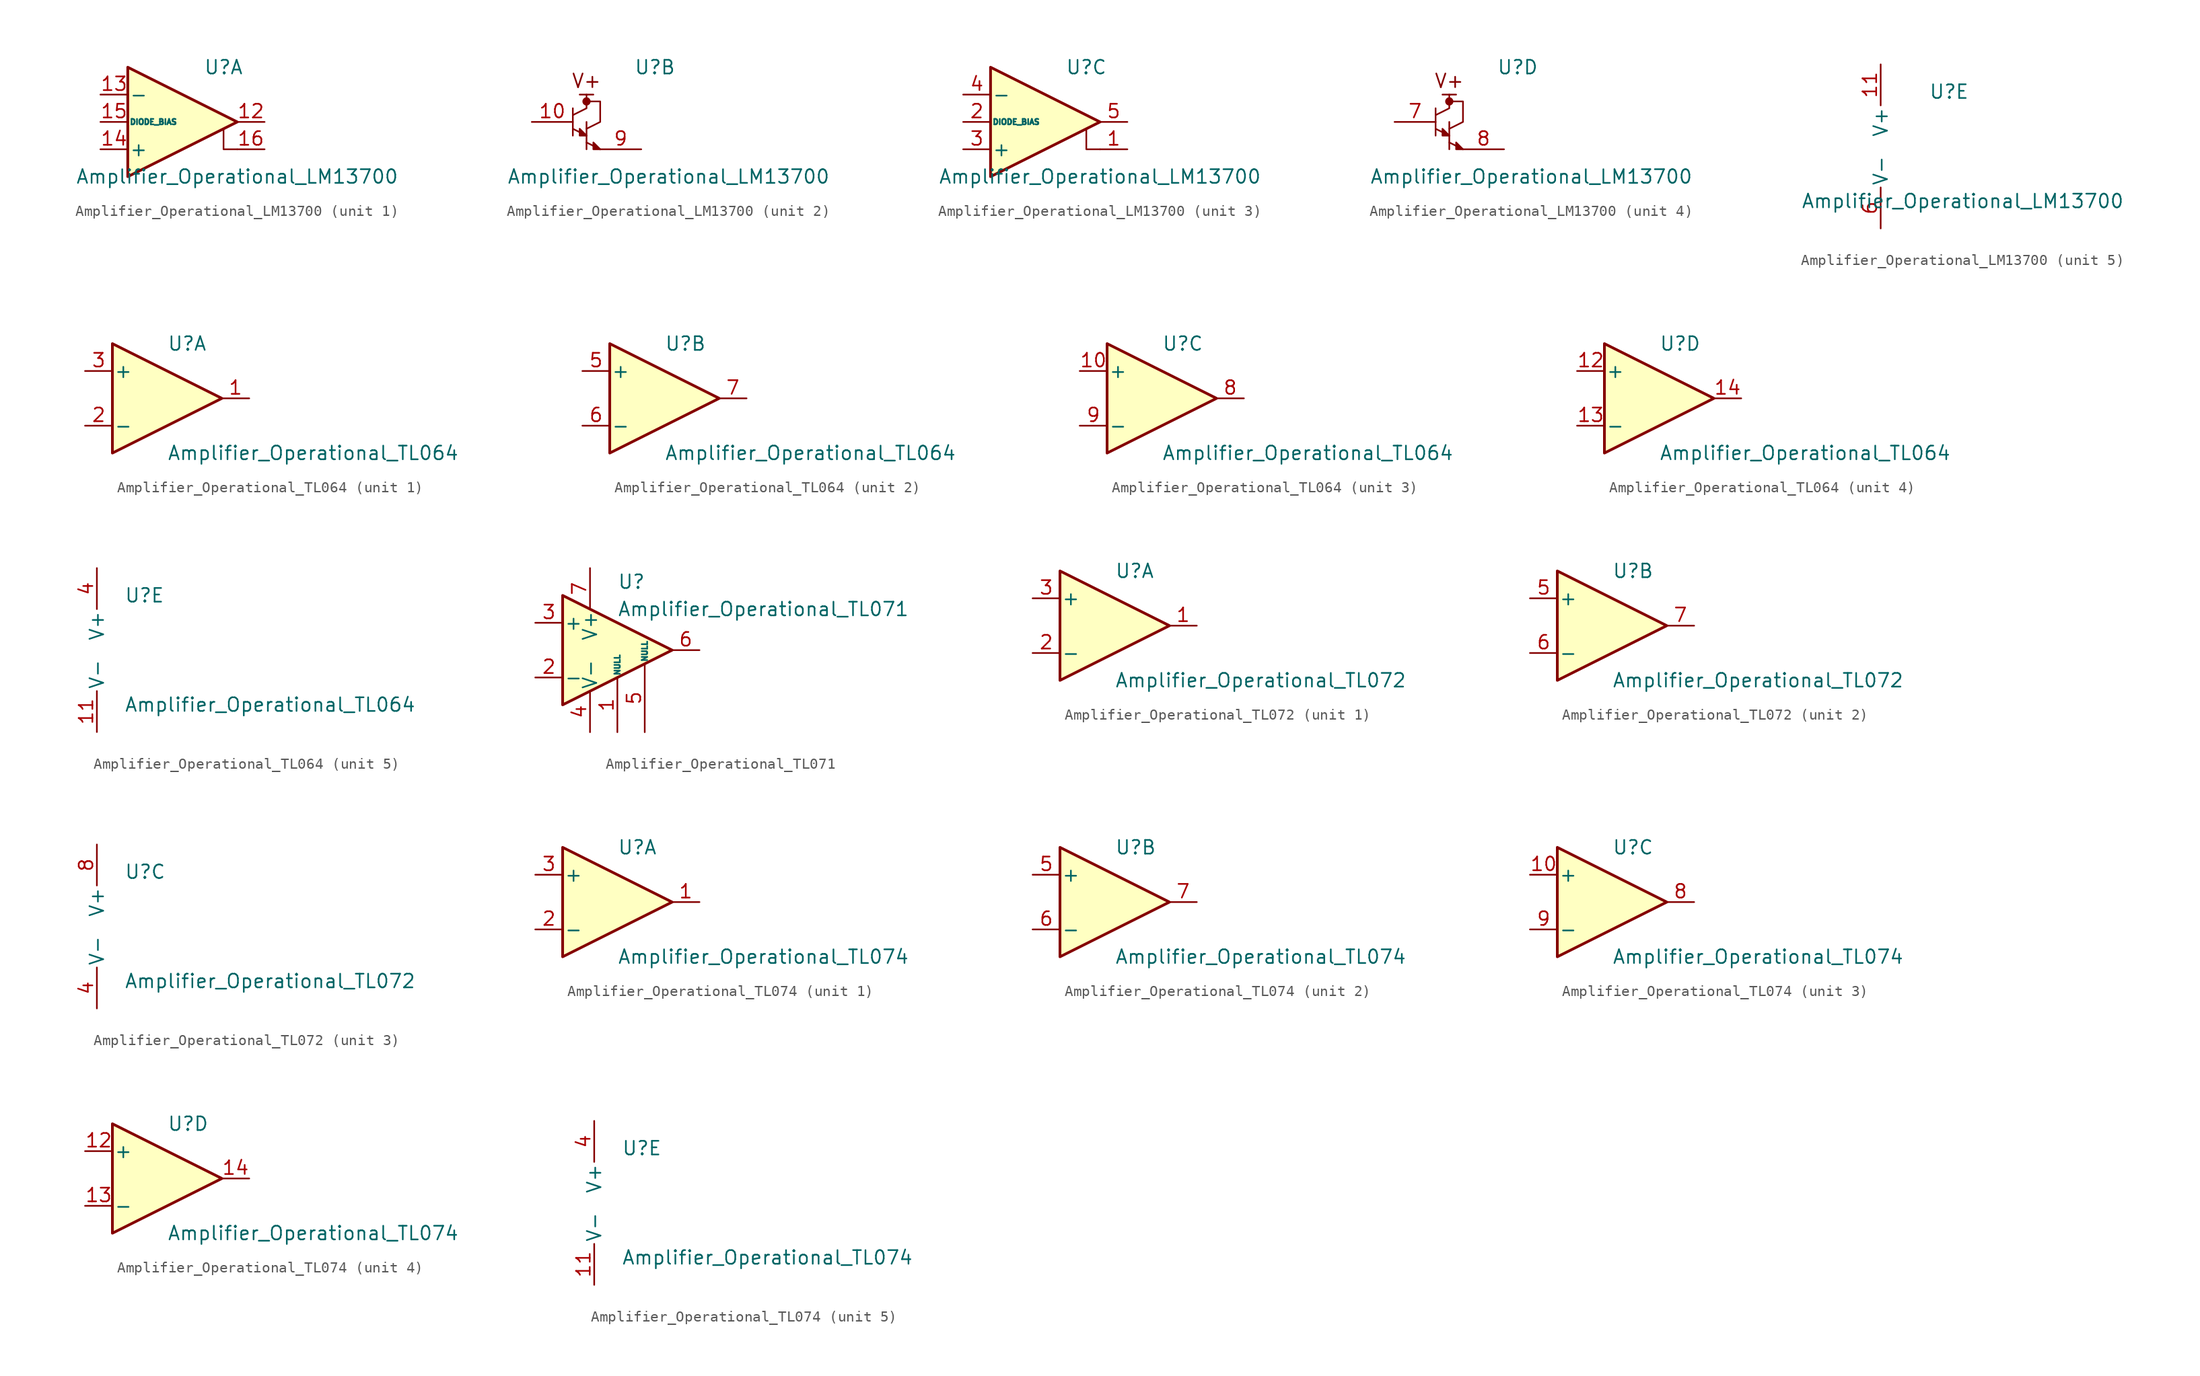
<source format=kicad_sym>
(kicad_symbol_lib
  (version 20220914)
  (generator kicad_symbol_editor)
  (symbol "Amplifier_Operational_LM13700"
    (pin_names
      (offset 0.127))
    (property "Reference" "U"
      (at 3.81 5.08 0)
      (effects (font (size 1.27 1.27))))
    (property "Value" "Amplifier_Operational_LM13700"
      (at 5.08 -5.08 0)
      (effects (font (size 1.27 1.27))))
    (property "ki_locked" ""
      (at 0 0 0)
      (effects (font (size 1.27 1.27))))
    (symbol "Amplifier_Operational_LM13700_1_1"
      (polyline (pts (xy 3.81 -0.635) (xy 3.81 -2.54) (xy 5.08 -2.54)) (stroke (width 0) (type solid)) (fill (type none)))
      (polyline (pts (xy 5.08 0) (xy -5.08 -5.08) (xy -5.08 5.08) (xy 5.08 0)) (stroke (width 0.254) (type solid)) (fill (type background)))
      (pin output line (at 7.62 0 180) (length 2.54) (name "~" (effects (font (size 1.27 1.27)))) (number "12" (effects (font (size 1.27 1.27)))))
      (pin input line (at -7.62 2.54 0) (length 2.54) (name "-" (effects (font (size 1.27 1.27)))) (number "13" (effects (font (size 1.27 1.27)))))
      (pin input line (at -7.62 -2.54 0) (length 2.54) (name "+" (effects (font (size 1.27 1.27)))) (number "14" (effects (font (size 1.27 1.27)))))
      (pin input line (at -7.62 0 0) (length 2.54) (name "DIODE_BIAS" (effects (font (size 0.508 0.508)))) (number "15" (effects (font (size 1.27 1.27)))))
      (pin input line (at 7.62 -2.54 180) (length 2.54) (name "~" (effects (font (size 1.27 1.27)))) (number "16" (effects (font (size 1.27 1.27))))))
    (symbol "Amplifier_Operational_LM13700_2_0"
      (polyline (pts (xy -1.905 2.54) (xy -3.175 2.54)) (stroke (width 0) (type solid)) (fill (type none))))
    (symbol "Amplifier_Operational_LM13700_2_1"
      (circle (center -2.54 1.905) (radius 0.254) (stroke (width 0.254) (type solid)) (fill (type outline)))
      (polyline (pts (xy -3.81 -0.635) (xy -2.54 -1.27)) (stroke (width 0) (type solid)) (fill (type none)))
      (polyline (pts (xy -3.81 1.27) (xy -3.81 -1.27)) (stroke (width 0) (type solid)) (fill (type none)))
      (polyline (pts (xy -2.54 -1.905) (xy -1.27 -2.54)) (stroke (width 0) (type solid)) (fill (type none)))
      (polyline (pts (xy -2.54 0) (xy -2.54 -2.54)) (stroke (width 0) (type solid)) (fill (type none)))
      (polyline (pts (xy -3.81 0.635) (xy -2.54 1.27) (xy -2.54 1.905) (xy -2.54 2.54)) (stroke (width 0) (type solid)) (fill (type none)))
      (polyline (pts (xy -2.54 -1.27) (xy -3.175 -0.635) (xy -3.175 -1.27) (xy -2.54 -1.27)) (stroke (width 0) (type solid)) (fill (type outline)))
      (polyline (pts (xy -2.54 -0.635) (xy -1.27 0) (xy -1.27 1.905) (xy -2.54 1.905)) (stroke (width 0) (type solid)) (fill (type none)))
      (polyline (pts (xy -1.27 -2.54) (xy -1.905 -1.905) (xy -1.905 -2.54) (xy -1.27 -2.54)) (stroke (width 0) (type solid)) (fill (type outline)))
      (text "V+" (at -2.54 3.81 0) (effects (font (size 1.27 1.27))))
      (pin input line (at -7.62 0 0) (length 3.81) (name "~" (effects (font (size 1.27 1.27)))) (number "10" (effects (font (size 1.27 1.27)))))
      (pin output line (at 2.54 -2.54 180) (length 3.81) (name "~" (effects (font (size 1.27 1.27)))) (number "9" (effects (font (size 1.27 1.27))))))
    (symbol "Amplifier_Operational_LM13700_3_1"
      (polyline (pts (xy 3.81 -0.635) (xy 3.81 -2.54) (xy 5.08 -2.54)) (stroke (width 0) (type solid)) (fill (type none)))
      (polyline (pts (xy 5.08 0) (xy -5.08 -5.08) (xy -5.08 5.08) (xy 5.08 0)) (stroke (width 0.254) (type solid)) (fill (type background)))
      (pin input line (at 7.62 -2.54 180) (length 2.54) (name "~" (effects (font (size 1.27 1.27)))) (number "1" (effects (font (size 1.27 1.27)))))
      (pin input line (at -7.62 0 0) (length 2.54) (name "DIODE_BIAS" (effects (font (size 0.508 0.508)))) (number "2" (effects (font (size 1.27 1.27)))))
      (pin input line (at -7.62 -2.54 0) (length 2.54) (name "+" (effects (font (size 1.27 1.27)))) (number "3" (effects (font (size 1.27 1.27)))))
      (pin input line (at -7.62 2.54 0) (length 2.54) (name "-" (effects (font (size 1.27 1.27)))) (number "4" (effects (font (size 1.27 1.27)))))
      (pin output line (at 7.62 0 180) (length 2.54) (name "~" (effects (font (size 1.27 1.27)))) (number "5" (effects (font (size 1.27 1.27))))))
    (symbol "Amplifier_Operational_LM13700_4_0"
      (polyline (pts (xy -3.175 2.54) (xy -1.905 2.54)) (stroke (width 0) (type solid)) (fill (type none)))
      (text "V+" (at -2.54 3.81 0) (effects (font (size 1.27 1.27)))))
    (symbol "Amplifier_Operational_LM13700_4_1"
      (circle (center -2.54 1.905) (radius 0.254) (stroke (width 0.254) (type solid)) (fill (type outline)))
      (polyline (pts (xy -3.81 -0.635) (xy -2.54 -1.27)) (stroke (width 0) (type solid)) (fill (type none)))
      (polyline (pts (xy -3.81 1.27) (xy -3.81 -1.27)) (stroke (width 0) (type solid)) (fill (type none)))
      (polyline (pts (xy -2.54 -1.905) (xy -1.27 -2.54)) (stroke (width 0) (type solid)) (fill (type none)))
      (polyline (pts (xy -2.54 0) (xy -2.54 -2.54)) (stroke (width 0) (type solid)) (fill (type none)))
      (polyline (pts (xy -3.81 0.635) (xy -2.54 1.27) (xy -2.54 2.54)) (stroke (width 0) (type solid)) (fill (type none)))
      (polyline (pts (xy -2.54 -1.27) (xy -3.175 -0.635) (xy -3.175 -1.27) (xy -2.54 -1.27)) (stroke (width 0) (type solid)) (fill (type outline)))
      (polyline (pts (xy -2.54 -0.635) (xy -1.27 0) (xy -1.27 1.905) (xy -2.54 1.905)) (stroke (width 0) (type solid)) (fill (type none)))
      (polyline (pts (xy -1.27 -2.54) (xy -1.905 -1.905) (xy -1.905 -2.54) (xy -1.27 -2.54)) (stroke (width 0) (type solid)) (fill (type outline)))
      (pin input line (at -7.62 0 0) (length 3.81) (name "~" (effects (font (size 1.27 1.27)))) (number "7" (effects (font (size 1.27 1.27)))))
      (pin output line (at 2.54 -2.54 180) (length 3.81) (name "~" (effects (font (size 1.27 1.27)))) (number "8" (effects (font (size 1.27 1.27))))))
    (symbol "Amplifier_Operational_LM13700_5_1"
      (pin power_in line (at -2.54 7.62 270) (length 3.81) (name "V+" (effects (font (size 1.27 1.27)))) (number "11" (effects (font (size 1.27 1.27)))))
      (pin power_in line (at -2.54 -7.62 90) (length 3.81) (name "V-" (effects (font (size 1.27 1.27)))) (number "6" (effects (font (size 1.27 1.27)))))))
  (symbol "Amplifier_Operational_TL064"
    (pin_names
      (offset 0.127))
    (property "Reference" "U"
      (at 0 5.08 0)
      (effects (font (size 1.27 1.27)) (justify left)))
    (property "Value" "Amplifier_Operational_TL064"
      (at 0 -5.08 0)
      (effects (font (size 1.27 1.27)) (justify left)))
    (property "ki_locked" ""
      (at 0 0 0)
      (effects (font (size 1.27 1.27))))
    (symbol "Amplifier_Operational_TL064_1_1"
      (polyline (pts (xy -5.08 5.08) (xy 5.08 0) (xy -5.08 -5.08) (xy -5.08 5.08)) (stroke (width 0.254) (type solid)) (fill (type background)))
      (pin output line (at 7.62 0 180) (length 2.54) (name "~" (effects (font (size 1.27 1.27)))) (number "1" (effects (font (size 1.27 1.27)))))
      (pin input line (at -7.62 -2.54 0) (length 2.54) (name "-" (effects (font (size 1.27 1.27)))) (number "2" (effects (font (size 1.27 1.27)))))
      (pin input line (at -7.62 2.54 0) (length 2.54) (name "+" (effects (font (size 1.27 1.27)))) (number "3" (effects (font (size 1.27 1.27))))))
    (symbol "Amplifier_Operational_TL064_2_1"
      (polyline (pts (xy -5.08 5.08) (xy 5.08 0) (xy -5.08 -5.08) (xy -5.08 5.08)) (stroke (width 0.254) (type solid)) (fill (type background)))
      (pin input line (at -7.62 2.54 0) (length 2.54) (name "+" (effects (font (size 1.27 1.27)))) (number "5" (effects (font (size 1.27 1.27)))))
      (pin input line (at -7.62 -2.54 0) (length 2.54) (name "-" (effects (font (size 1.27 1.27)))) (number "6" (effects (font (size 1.27 1.27)))))
      (pin output line (at 7.62 0 180) (length 2.54) (name "~" (effects (font (size 1.27 1.27)))) (number "7" (effects (font (size 1.27 1.27))))))
    (symbol "Amplifier_Operational_TL064_3_1"
      (polyline (pts (xy -5.08 5.08) (xy 5.08 0) (xy -5.08 -5.08) (xy -5.08 5.08)) (stroke (width 0.254) (type solid)) (fill (type background)))
      (pin input line (at -7.62 2.54 0) (length 2.54) (name "+" (effects (font (size 1.27 1.27)))) (number "10" (effects (font (size 1.27 1.27)))))
      (pin output line (at 7.62 0 180) (length 2.54) (name "~" (effects (font (size 1.27 1.27)))) (number "8" (effects (font (size 1.27 1.27)))))
      (pin input line (at -7.62 -2.54 0) (length 2.54) (name "-" (effects (font (size 1.27 1.27)))) (number "9" (effects (font (size 1.27 1.27))))))
    (symbol "Amplifier_Operational_TL064_4_1"
      (polyline (pts (xy -5.08 5.08) (xy 5.08 0) (xy -5.08 -5.08) (xy -5.08 5.08)) (stroke (width 0.254) (type solid)) (fill (type background)))
      (pin input line (at -7.62 2.54 0) (length 2.54) (name "+" (effects (font (size 1.27 1.27)))) (number "12" (effects (font (size 1.27 1.27)))))
      (pin input line (at -7.62 -2.54 0) (length 2.54) (name "-" (effects (font (size 1.27 1.27)))) (number "13" (effects (font (size 1.27 1.27)))))
      (pin output line (at 7.62 0 180) (length 2.54) (name "~" (effects (font (size 1.27 1.27)))) (number "14" (effects (font (size 1.27 1.27))))))
    (symbol "Amplifier_Operational_TL064_5_1"
      (pin power_in line (at -2.54 -7.62 90) (length 3.81) (name "V-" (effects (font (size 1.27 1.27)))) (number "11" (effects (font (size 1.27 1.27)))))
      (pin power_in line (at -2.54 7.62 270) (length 3.81) (name "V+" (effects (font (size 1.27 1.27)))) (number "4" (effects (font (size 1.27 1.27)))))))
  (symbol "Amplifier_Operational_TL071"
    (pin_names
      (offset 0.127))
    (property "Reference" "U"
      (at 0 6.35 0)
      (effects (font (size 1.27 1.27)) (justify left)))
    (property "Value" "Amplifier_Operational_TL071"
      (at 0 3.81 0)
      (effects (font (size 1.27 1.27)) (justify left)))
    (symbol "Amplifier_Operational_TL071_0_1"
      (polyline (pts (xy -5.08 5.08) (xy 5.08 0) (xy -5.08 -5.08) (xy -5.08 5.08)) (stroke (width 0.254) (type solid)) (fill (type background))))
    (symbol "Amplifier_Operational_TL071_1_1"
      (pin input line (at 0 -7.62 90) (length 5.08) (name "NULL" (effects (font (size 0.508 0.508)))) (number "1" (effects (font (size 1.27 1.27)))))
      (pin input line (at -7.62 -2.54 0) (length 2.54) (name "-" (effects (font (size 1.27 1.27)))) (number "2" (effects (font (size 1.27 1.27)))))
      (pin input line (at -7.62 2.54 0) (length 2.54) (name "+" (effects (font (size 1.27 1.27)))) (number "3" (effects (font (size 1.27 1.27)))))
      (pin power_in line (at -2.54 -7.62 90) (length 3.81) (name "V-" (effects (font (size 1.27 1.27)))) (number "4" (effects (font (size 1.27 1.27)))))
      (pin input line (at 2.54 -7.62 90) (length 6.35) (name "NULL" (effects (font (size 0.508 0.508)))) (number "5" (effects (font (size 1.27 1.27)))))
      (pin output line (at 7.62 0 180) (length 2.54) (name "~" (effects (font (size 1.27 1.27)))) (number "6" (effects (font (size 1.27 1.27)))))
      (pin power_in line (at -2.54 7.62 270) (length 3.81) (name "V+" (effects (font (size 1.27 1.27)))) (number "7" (effects (font (size 1.27 1.27)))))
      (pin no_connect line (at 0 2.54 270) (length 2.54) hide (name "NC" (effects (font (size 1.27 1.27)))) (number "8" (effects (font (size 1.27 1.27)))))))
  (symbol "Amplifier_Operational_TL072"
    (pin_names
      (offset 0.127))
    (property "Reference" "U"
      (at 0 5.08 0)
      (effects (font (size 1.27 1.27)) (justify left)))
    (property "Value" "Amplifier_Operational_TL072"
      (at 0 -5.08 0)
      (effects (font (size 1.27 1.27)) (justify left)))
    (property "ki_locked" ""
      (at 0 0 0)
      (effects (font (size 1.27 1.27))))
    (symbol "Amplifier_Operational_TL072_1_1"
      (polyline (pts (xy -5.08 5.08) (xy 5.08 0) (xy -5.08 -5.08) (xy -5.08 5.08)) (stroke (width 0.254) (type solid)) (fill (type background)))
      (pin output line (at 7.62 0 180) (length 2.54) (name "~" (effects (font (size 1.27 1.27)))) (number "1" (effects (font (size 1.27 1.27)))))
      (pin input line (at -7.62 -2.54 0) (length 2.54) (name "-" (effects (font (size 1.27 1.27)))) (number "2" (effects (font (size 1.27 1.27)))))
      (pin input line (at -7.62 2.54 0) (length 2.54) (name "+" (effects (font (size 1.27 1.27)))) (number "3" (effects (font (size 1.27 1.27))))))
    (symbol "Amplifier_Operational_TL072_2_1"
      (polyline (pts (xy -5.08 5.08) (xy 5.08 0) (xy -5.08 -5.08) (xy -5.08 5.08)) (stroke (width 0.254) (type solid)) (fill (type background)))
      (pin input line (at -7.62 2.54 0) (length 2.54) (name "+" (effects (font (size 1.27 1.27)))) (number "5" (effects (font (size 1.27 1.27)))))
      (pin input line (at -7.62 -2.54 0) (length 2.54) (name "-" (effects (font (size 1.27 1.27)))) (number "6" (effects (font (size 1.27 1.27)))))
      (pin output line (at 7.62 0 180) (length 2.54) (name "~" (effects (font (size 1.27 1.27)))) (number "7" (effects (font (size 1.27 1.27))))))
    (symbol "Amplifier_Operational_TL072_3_1"
      (pin power_in line (at -2.54 -7.62 90) (length 3.81) (name "V-" (effects (font (size 1.27 1.27)))) (number "4" (effects (font (size 1.27 1.27)))))
      (pin power_in line (at -2.54 7.62 270) (length 3.81) (name "V+" (effects (font (size 1.27 1.27)))) (number "8" (effects (font (size 1.27 1.27)))))))
  (symbol "Amplifier_Operational_TL074"
    (pin_names
      (offset 0.127))
    (property "Reference" "U"
      (at 0 5.08 0)
      (effects (font (size 1.27 1.27)) (justify left)))
    (property "Value" "Amplifier_Operational_TL074"
      (at 0 -5.08 0)
      (effects (font (size 1.27 1.27)) (justify left)))
    (property "ki_locked" ""
      (at 0 0 0)
      (effects (font (size 1.27 1.27))))
    (symbol "Amplifier_Operational_TL074_1_1"
      (polyline (pts (xy -5.08 5.08) (xy 5.08 0) (xy -5.08 -5.08) (xy -5.08 5.08)) (stroke (width 0.254) (type solid)) (fill (type background)))
      (pin output line (at 7.62 0 180) (length 2.54) (name "~" (effects (font (size 1.27 1.27)))) (number "1" (effects (font (size 1.27 1.27)))))
      (pin input line (at -7.62 -2.54 0) (length 2.54) (name "-" (effects (font (size 1.27 1.27)))) (number "2" (effects (font (size 1.27 1.27)))))
      (pin input line (at -7.62 2.54 0) (length 2.54) (name "+" (effects (font (size 1.27 1.27)))) (number "3" (effects (font (size 1.27 1.27))))))
    (symbol "Amplifier_Operational_TL074_2_1"
      (polyline (pts (xy -5.08 5.08) (xy 5.08 0) (xy -5.08 -5.08) (xy -5.08 5.08)) (stroke (width 0.254) (type solid)) (fill (type background)))
      (pin input line (at -7.62 2.54 0) (length 2.54) (name "+" (effects (font (size 1.27 1.27)))) (number "5" (effects (font (size 1.27 1.27)))))
      (pin input line (at -7.62 -2.54 0) (length 2.54) (name "-" (effects (font (size 1.27 1.27)))) (number "6" (effects (font (size 1.27 1.27)))))
      (pin output line (at 7.62 0 180) (length 2.54) (name "~" (effects (font (size 1.27 1.27)))) (number "7" (effects (font (size 1.27 1.27))))))
    (symbol "Amplifier_Operational_TL074_3_1"
      (polyline (pts (xy -5.08 5.08) (xy 5.08 0) (xy -5.08 -5.08) (xy -5.08 5.08)) (stroke (width 0.254) (type solid)) (fill (type background)))
      (pin input line (at -7.62 2.54 0) (length 2.54) (name "+" (effects (font (size 1.27 1.27)))) (number "10" (effects (font (size 1.27 1.27)))))
      (pin output line (at 7.62 0 180) (length 2.54) (name "~" (effects (font (size 1.27 1.27)))) (number "8" (effects (font (size 1.27 1.27)))))
      (pin input line (at -7.62 -2.54 0) (length 2.54) (name "-" (effects (font (size 1.27 1.27)))) (number "9" (effects (font (size 1.27 1.27))))))
    (symbol "Amplifier_Operational_TL074_4_1"
      (polyline (pts (xy -5.08 5.08) (xy 5.08 0) (xy -5.08 -5.08) (xy -5.08 5.08)) (stroke (width 0.254) (type solid)) (fill (type background)))
      (pin input line (at -7.62 2.54 0) (length 2.54) (name "+" (effects (font (size 1.27 1.27)))) (number "12" (effects (font (size 1.27 1.27)))))
      (pin input line (at -7.62 -2.54 0) (length 2.54) (name "-" (effects (font (size 1.27 1.27)))) (number "13" (effects (font (size 1.27 1.27)))))
      (pin output line (at 7.62 0 180) (length 2.54) (name "~" (effects (font (size 1.27 1.27)))) (number "14" (effects (font (size 1.27 1.27))))))
    (symbol "Amplifier_Operational_TL074_5_1"
      (pin power_in line (at -2.54 -7.62 90) (length 3.81) (name "V-" (effects (font (size 1.27 1.27)))) (number "11" (effects (font (size 1.27 1.27)))))
      (pin power_in line (at -2.54 7.62 270) (length 3.81) (name "V+" (effects (font (size 1.27 1.27)))) (number "4" (effects (font (size 1.27 1.27))))))))
</source>
